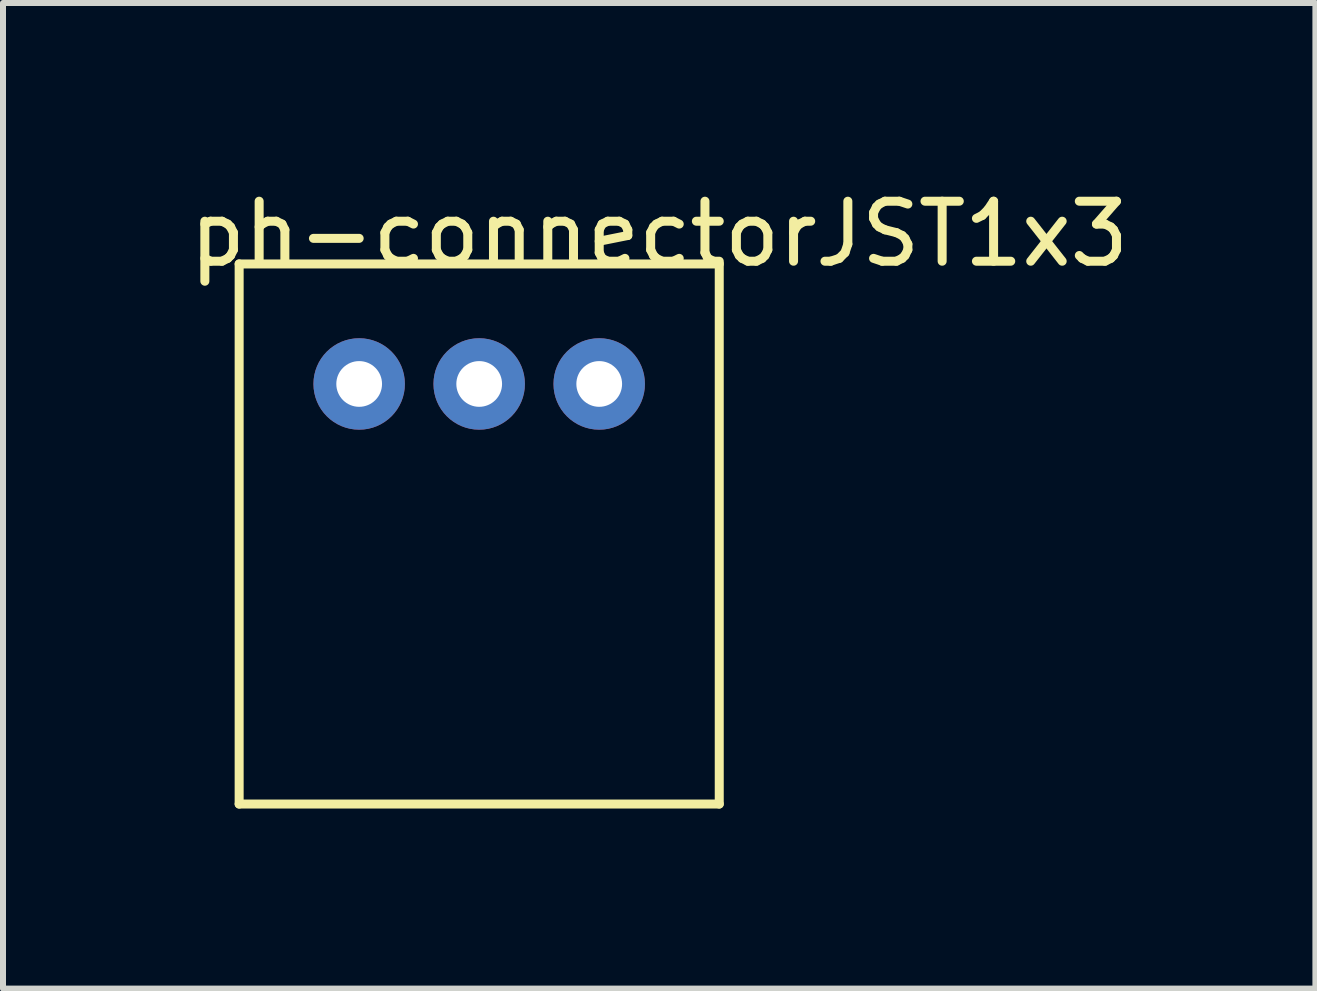
<source format=kicad_pcb>
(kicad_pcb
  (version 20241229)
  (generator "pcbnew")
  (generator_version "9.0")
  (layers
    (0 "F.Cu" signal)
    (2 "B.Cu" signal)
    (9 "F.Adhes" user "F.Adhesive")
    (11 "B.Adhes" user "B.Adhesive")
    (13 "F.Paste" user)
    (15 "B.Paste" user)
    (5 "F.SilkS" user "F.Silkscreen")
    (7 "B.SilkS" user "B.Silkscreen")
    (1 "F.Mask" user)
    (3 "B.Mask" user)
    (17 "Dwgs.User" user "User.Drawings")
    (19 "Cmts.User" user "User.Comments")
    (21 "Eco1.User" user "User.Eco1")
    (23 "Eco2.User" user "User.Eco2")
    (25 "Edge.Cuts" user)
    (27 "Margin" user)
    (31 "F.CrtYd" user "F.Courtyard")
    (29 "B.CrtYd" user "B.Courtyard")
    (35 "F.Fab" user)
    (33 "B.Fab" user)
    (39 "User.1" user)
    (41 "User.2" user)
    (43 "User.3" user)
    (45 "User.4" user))
  (footprint "ph-connectorJST1x3"
    (layer "F.Cu")
    (at 7.935 0.348)
    (property "Reference" "ph-connectorJST1x3" (at 0 0.5 0) (layer "F.SilkS") (effects (font (size 1 1) (thickness 0.15))))
    (attr through_hole)
    (fp_line (start -7 1) (end -7 10) (stroke (width 0.15) (type solid)) (layer "F.SilkS"))
    (fp_line (start -7 1) (end 1 1) (stroke (width 0.15) (type solid)) (layer "F.SilkS"))
    (fp_line (start 1 1) (end 1 10) (stroke (width 0.15) (type solid)) (layer "F.SilkS"))
    (fp_line (start 1 10) (end -7 10) (stroke (width 0.15) (type solid)) (layer "F.SilkS"))
    (pad "1" thru_hole circle (at -5 3) (size 1.524 1.524) (drill 0.762) (layers "*.Cu" "*.Mask"))
    (pad "2" thru_hole circle (at -3 3) (size 1.524 1.524) (drill 0.762) (layers "*.Cu" "*.Mask"))
    (pad "3" thru_hole circle (at -1 3) (size 1.524 1.524) (drill 0.762) (layers "*.Cu" "*.Mask")))
  (gr_rect
    (start -3 -3)
    (end 18.869 13.423)
    (stroke (width 0.1) (type default))
    (fill no)
    (layer "Edge.Cuts")))
</source>
